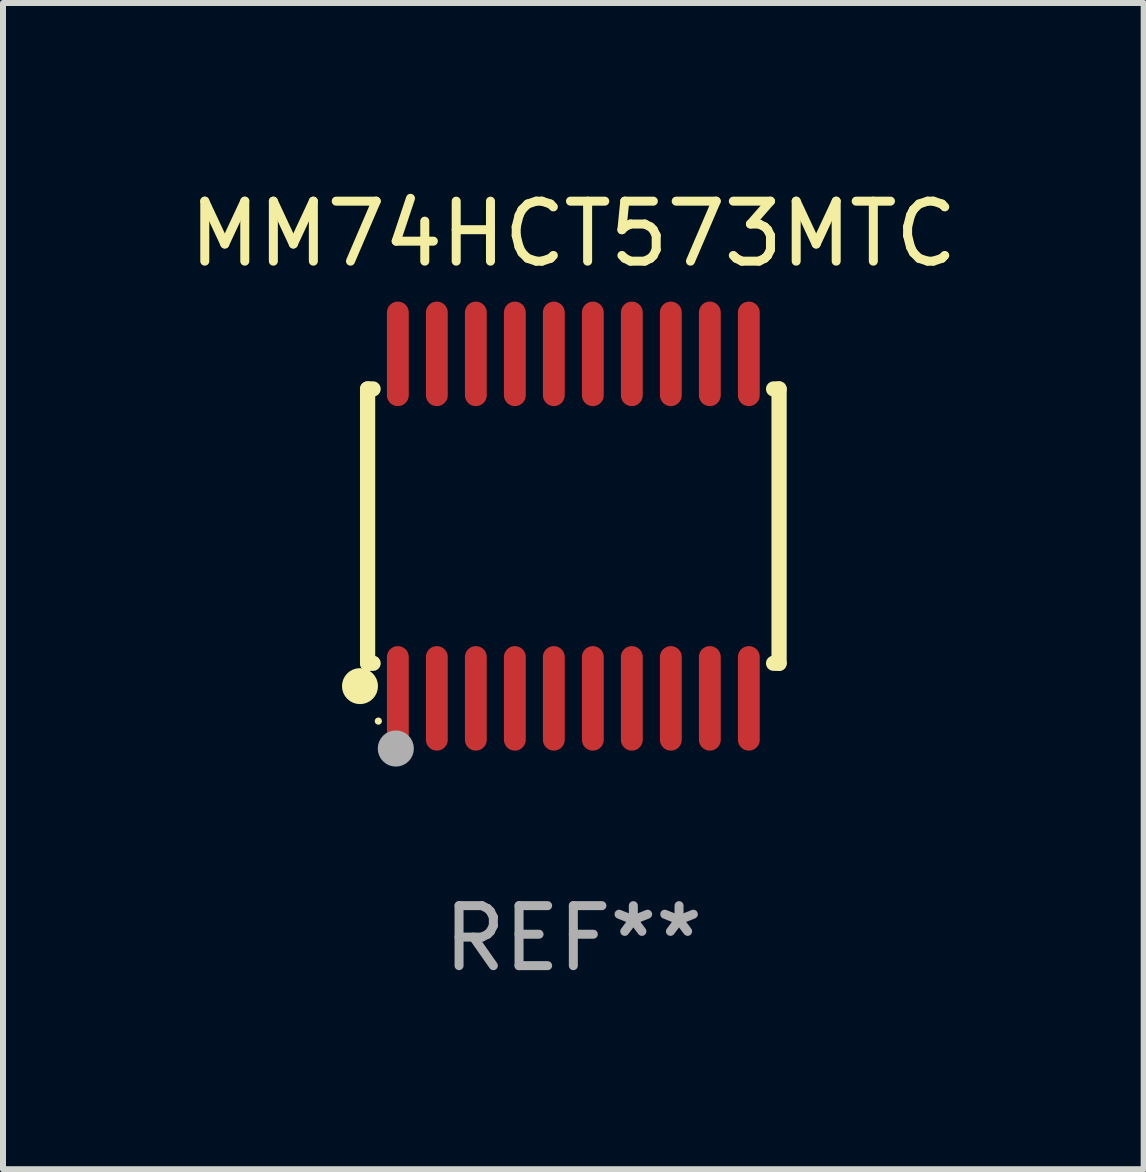
<source format=kicad_pcb>
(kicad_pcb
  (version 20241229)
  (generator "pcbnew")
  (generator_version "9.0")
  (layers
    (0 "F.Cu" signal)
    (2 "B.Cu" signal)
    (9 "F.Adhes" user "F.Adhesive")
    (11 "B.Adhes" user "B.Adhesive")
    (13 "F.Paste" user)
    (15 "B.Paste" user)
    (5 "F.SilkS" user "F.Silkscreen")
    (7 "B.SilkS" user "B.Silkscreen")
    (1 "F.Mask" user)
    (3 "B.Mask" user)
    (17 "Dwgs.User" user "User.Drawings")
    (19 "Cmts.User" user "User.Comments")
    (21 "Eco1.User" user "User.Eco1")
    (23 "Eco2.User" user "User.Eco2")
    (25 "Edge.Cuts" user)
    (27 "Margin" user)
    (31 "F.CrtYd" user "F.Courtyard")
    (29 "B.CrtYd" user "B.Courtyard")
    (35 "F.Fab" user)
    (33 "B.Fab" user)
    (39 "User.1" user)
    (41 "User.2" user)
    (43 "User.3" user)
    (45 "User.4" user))
  (footprint "MM74HCT573MTC"
    (layer "F.Cu")
    (at 6.506 5.719)
    (property "Reference" "MM74HCT573MTC" (at 0 -4.871 0) (layer "F.SilkS") (effects (font (size 1 1) (thickness 0.15))))
    (attr through_hole)
    (fp_line (start -3.429 -2.286) (end -3.429 2.286) (stroke (width 0.254) (type solid)) (layer "F.SilkS"))
    (fp_line (start -3.429 2.286) (end -3.338 2.286) (stroke (width 0.254) (type solid)) (layer "F.SilkS"))
    (fp_line (start -3.338 -2.286) (end -3.429 -2.286) (stroke (width 0.254) (type solid)) (layer "F.SilkS"))
    (fp_line (start 3.338 -2.286) (end 3.429 -2.286) (stroke (width 0.254) (type solid)) (layer "F.SilkS"))
    (fp_line (start 3.429 -2.286) (end 3.429 2.286) (stroke (width 0.254) (type solid)) (layer "F.SilkS"))
    (fp_line (start 3.429 2.286) (end 3.338 2.286) (stroke (width 0.254) (type solid)) (layer "F.SilkS"))
    (fp_circle (center -3.556 2.667) (end -3.406 2.667) (stroke (width 0.3) (type solid)) (fill no) (layer "F.SilkS"))
    (fp_circle (center -3.25 3.25) (end -3.22 3.25) (stroke (width 0.06) (type solid)) (fill no) (layer "F.SilkS"))
    (fp_circle (center -2.959 3.707) (end -2.808 3.707) (stroke (width 0.3) (type solid)) (fill no) (layer "F.Fab"))
    (fp_text user "REF**" (at 0 6.871 0) (layer "F.Fab") (effects (font (size 1 1) (thickness 0.15))))
    (pad "1" smd oval (at -2.925 2.871) (size 0.364 1.742) (layers "F.Cu" "F.Mask" "F.Paste"))
    (pad "2" smd oval (at -2.275 2.871) (size 0.364 1.742) (layers "F.Cu" "F.Mask" "F.Paste"))
    (pad "3" smd oval (at -1.625 2.871) (size 0.364 1.742) (layers "F.Cu" "F.Mask" "F.Paste"))
    (pad "4" smd oval (at -0.975 2.871) (size 0.364 1.742) (layers "F.Cu" "F.Mask" "F.Paste"))
    (pad "5" smd oval (at -0.325 2.871) (size 0.364 1.742) (layers "F.Cu" "F.Mask" "F.Paste"))
    (pad "6" smd oval (at 0.325 2.871) (size 0.364 1.742) (layers "F.Cu" "F.Mask" "F.Paste"))
    (pad "7" smd oval (at 0.975 2.871) (size 0.364 1.742) (layers "F.Cu" "F.Mask" "F.Paste"))
    (pad "8" smd oval (at 1.625 2.871) (size 0.364 1.742) (layers "F.Cu" "F.Mask" "F.Paste"))
    (pad "9" smd oval (at 2.275 2.871) (size 0.364 1.742) (layers "F.Cu" "F.Mask" "F.Paste"))
    (pad "10" smd oval (at 2.925 2.871) (size 0.364 1.742) (layers "F.Cu" "F.Mask" "F.Paste"))
    (pad "11" smd oval (at 2.925 -2.871) (size 0.364 1.742) (layers "F.Cu" "F.Mask" "F.Paste"))
    (pad "12" smd oval (at 2.275 -2.871) (size 0.364 1.742) (layers "F.Cu" "F.Mask" "F.Paste"))
    (pad "13" smd oval (at 1.625 -2.871) (size 0.364 1.742) (layers "F.Cu" "F.Mask" "F.Paste"))
    (pad "14" smd oval (at 0.975 -2.871) (size 0.364 1.742) (layers "F.Cu" "F.Mask" "F.Paste"))
    (pad "15" smd oval (at 0.325 -2.871) (size 0.364 1.742) (layers "F.Cu" "F.Mask" "F.Paste"))
    (pad "16" smd oval (at -0.325 -2.871) (size 0.364 1.742) (layers "F.Cu" "F.Mask" "F.Paste"))
    (pad "17" smd oval (at -0.975 -2.871) (size 0.364 1.742) (layers "F.Cu" "F.Mask" "F.Paste"))
    (pad "18" smd oval (at -1.625 -2.871) (size 0.364 1.742) (layers "F.Cu" "F.Mask" "F.Paste"))
    (pad "19" smd oval (at -2.275 -2.871) (size 0.364 1.742) (layers "F.Cu" "F.Mask" "F.Paste"))
    (pad "20" smd oval (at -2.925 -2.871) (size 0.364 1.742) (layers "F.Cu" "F.Mask" "F.Paste")))
  (gr_rect
    (start -3 -3)
    (end 16.012 16.438)
    (stroke (width 0.1) (type default))
    (fill no)
    (layer "Edge.Cuts")))
</source>
